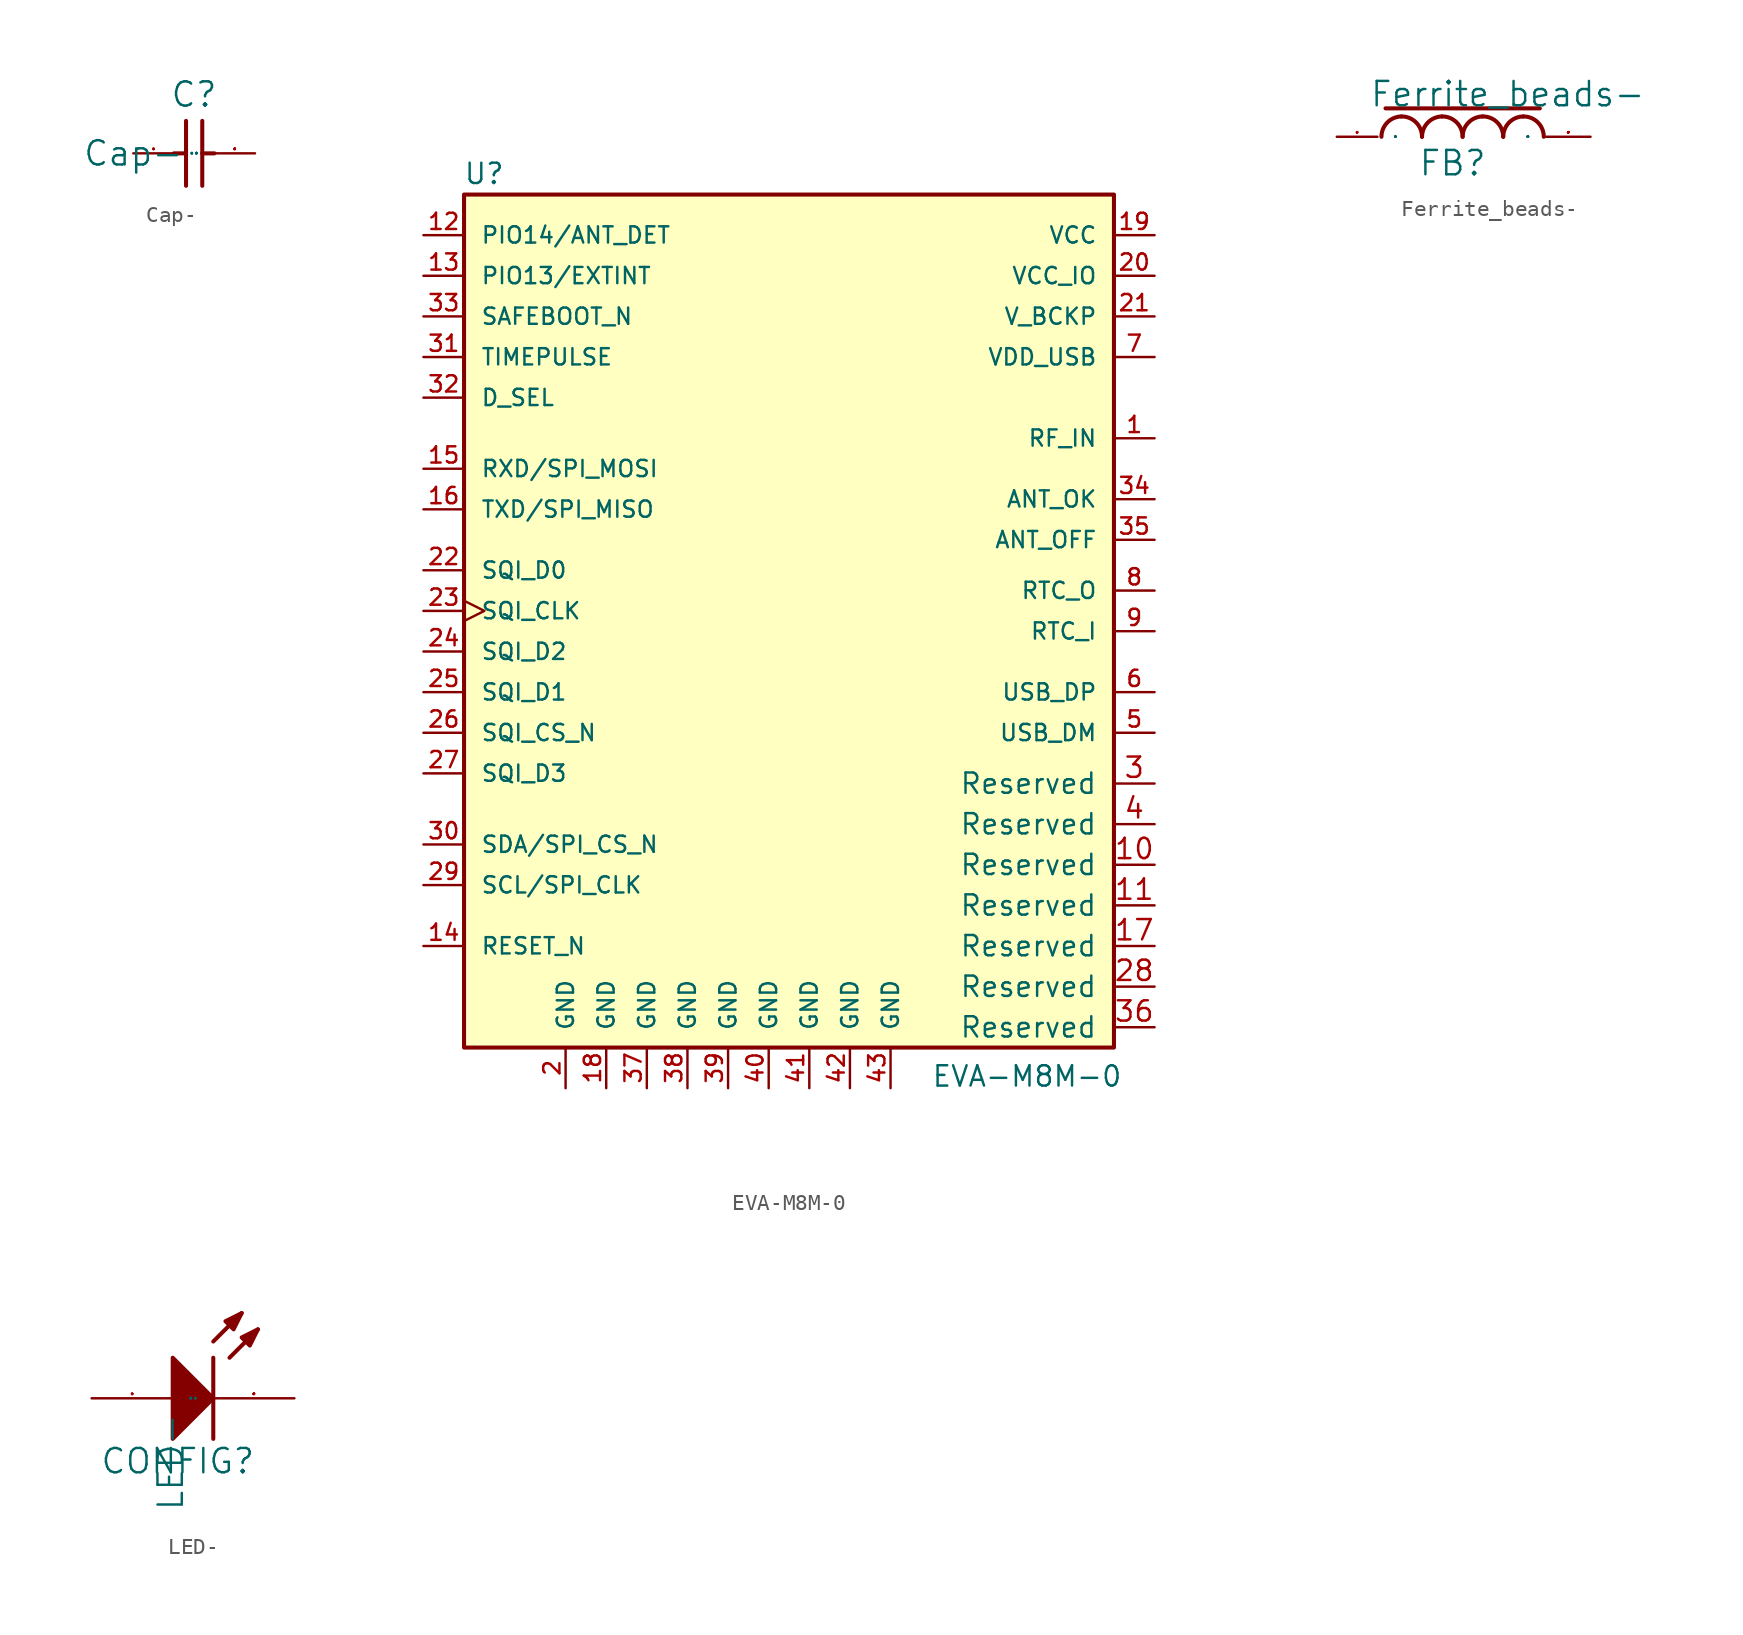
<source format=kicad_sym>
(kicad_symbol_lib
  (version 20211014)
  (generator kicad_symbol_editor)
  (symbol "Cap-"
    (pin_names
      (offset 1.016))
    (property "Reference" "C"
      (at 2.286 2.794 0)
      (effects (font (size 1.524 1.524)) (justify left bottom)))
    (property "Value" "Cap-"
      (at 0 0 0)
      (effects (font (size 1.524 1.524))))
    (symbol "Cap-_0_1"
      (polyline (pts (xy 2.54 0) (xy 3.302 0)) (stroke (width 0.254) (type default) (color 0 0 0 0)) (fill (type none)))
      (polyline (pts (xy 3.302 -2.032) (xy 3.302 2.032)) (stroke (width 0.254) (type default) (color 0 0 0 0)) (fill (type none)))
      (polyline (pts (xy 4.318 2.032) (xy 4.318 -2.032)) (stroke (width 0.254) (type default) (color 0 0 0 0)) (fill (type none)))
      (polyline (pts (xy 5.08 0) (xy 4.318 0)) (stroke (width 0.254) (type default) (color 0 0 0 0)) (fill (type none)))
      (pin passive line (at 0 0 0) (length 2.54) (name "1" (effects (font (size 0.025 0.025)))) (number "1" (effects (font (size 0.025 0.025)))))
      (pin passive line (at 7.62 0 180) (length 2.54) (name "2" (effects (font (size 0.025 0.025)))) (number "2" (effects (font (size 0.025 0.025)))))))
  (symbol "EVA-M8M-0"
    (pin_names
      (offset 1.016))
    (property "Reference" "U"
      (at -20.371 25.959 0)
      (effects (font (size 1.27 1.27)) (justify left bottom)))
    (property "Value" "EVA-M8M-0"
      (at 8.89 -30.48 0)
      (effects (font (size 1.27 1.27)) (justify left bottom)))
    (property "ki_locked" ""
      (at 0 0 0)
      (effects (font (size 1.27 1.27))))
    (symbol "EVA-M8M-0_0_0"
      (rectangle (start -20.32 -27.94) (end 20.32 25.4) (stroke (width 0.254) (type default) (color 0 0 0 0)) (fill (type background)))
      (pin input line (at 22.86 10.16 180) (length 2.54) (name "RF_IN" (effects (font (size 1.016 1.016)))) (number "1" (effects (font (size 1.016 1.016)))))
      (pin input line (at -22.86 22.86 0) (length 2.54) (name "PIO14/ANT_DET" (effects (font (size 1.016 1.016)))) (number "12" (effects (font (size 1.016 1.016)))))
      (pin input line (at -22.86 20.32 0) (length 2.54) (name "PIO13/EXTINT" (effects (font (size 1.016 1.016)))) (number "13" (effects (font (size 1.016 1.016)))))
      (pin input line (at -22.86 -21.59 0) (length 2.54) (name "RESET_N" (effects (font (size 1.016 1.016)))) (number "14" (effects (font (size 1.016 1.016)))))
      (pin input line (at -22.86 8.255 0) (length 2.54) (name "RXD/SPI_MOSI" (effects (font (size 1.016 1.016)))) (number "15" (effects (font (size 1.016 1.016)))))
      (pin output line (at -22.86 5.715 0) (length 2.54) (name "TXD/SPI_MISO" (effects (font (size 1.016 1.016)))) (number "16" (effects (font (size 1.016 1.016)))))
      (pin power_in line (at -11.43 -30.48 90) (length 2.54) (name "GND" (effects (font (size 1.016 1.016)))) (number "18" (effects (font (size 1.016 1.016)))))
      (pin power_in line (at 22.86 22.86 180) (length 2.54) (name "VCC" (effects (font (size 1.016 1.016)))) (number "19" (effects (font (size 1.016 1.016)))))
      (pin power_in line (at -13.97 -30.48 90) (length 2.54) (name "GND" (effects (font (size 1.016 1.016)))) (number "2" (effects (font (size 1.016 1.016)))))
      (pin power_in line (at 22.86 20.32 180) (length 2.54) (name "VCC_IO" (effects (font (size 1.016 1.016)))) (number "20" (effects (font (size 1.016 1.016)))))
      (pin power_in line (at 22.86 17.78 180) (length 2.54) (name "V_BCKP" (effects (font (size 1.016 1.016)))) (number "21" (effects (font (size 1.016 1.016)))))
      (pin bidirectional line (at -22.86 1.905 0) (length 2.54) (name "SQI_D0" (effects (font (size 1.016 1.016)))) (number "22" (effects (font (size 1.016 1.016)))))
      (pin bidirectional clock (at -22.86 -0.635 0) (length 2.54) (name "SQI_CLK" (effects (font (size 1.016 1.016)))) (number "23" (effects (font (size 1.016 1.016)))))
      (pin bidirectional line (at -22.86 -3.175 0) (length 2.54) (name "SQI_D2" (effects (font (size 1.016 1.016)))) (number "24" (effects (font (size 1.016 1.016)))))
      (pin bidirectional line (at -22.86 -5.715 0) (length 2.54) (name "SQI_D1" (effects (font (size 1.016 1.016)))) (number "25" (effects (font (size 1.016 1.016)))))
      (pin bidirectional line (at -22.86 -8.255 0) (length 2.54) (name "SQI_CS_N" (effects (font (size 1.016 1.016)))) (number "26" (effects (font (size 1.016 1.016)))))
      (pin bidirectional line (at -22.86 -10.795 0) (length 2.54) (name "SQI_D3" (effects (font (size 1.016 1.016)))) (number "27" (effects (font (size 1.016 1.016)))))
      (pin input line (at -22.86 -17.78 0) (length 2.54) (name "SCL/SPI_CLK" (effects (font (size 1.016 1.016)))) (number "29" (effects (font (size 1.016 1.016)))))
      (pin bidirectional line (at -22.86 -15.24 0) (length 2.54) (name "SDA/SPI_CS_N" (effects (font (size 1.016 1.016)))) (number "30" (effects (font (size 1.016 1.016)))))
      (pin output line (at -22.86 15.24 0) (length 2.54) (name "TIMEPULSE" (effects (font (size 1.016 1.016)))) (number "31" (effects (font (size 1.016 1.016)))))
      (pin input line (at -22.86 12.7 0) (length 2.54) (name "D_SEL" (effects (font (size 1.016 1.016)))) (number "32" (effects (font (size 1.016 1.016)))))
      (pin input line (at -22.86 17.78 0) (length 2.54) (name "SAFEBOOT_N" (effects (font (size 1.016 1.016)))) (number "33" (effects (font (size 1.016 1.016)))))
      (pin input line (at 22.86 6.35 180) (length 2.54) (name "ANT_OK" (effects (font (size 1.016 1.016)))) (number "34" (effects (font (size 1.016 1.016)))))
      (pin output line (at 22.86 3.81 180) (length 2.54) (name "ANT_OFF" (effects (font (size 1.016 1.016)))) (number "35" (effects (font (size 1.016 1.016)))))
      (pin power_in line (at -8.89 -30.48 90) (length 2.54) (name "GND" (effects (font (size 1.016 1.016)))) (number "37" (effects (font (size 1.016 1.016)))))
      (pin power_in line (at -6.35 -30.48 90) (length 2.54) (name "GND" (effects (font (size 1.016 1.016)))) (number "38" (effects (font (size 1.016 1.016)))))
      (pin power_in line (at -3.81 -30.48 90) (length 2.54) (name "GND" (effects (font (size 1.016 1.016)))) (number "39" (effects (font (size 1.016 1.016)))))
      (pin power_in line (at -1.27 -30.48 90) (length 2.54) (name "GND" (effects (font (size 1.016 1.016)))) (number "40" (effects (font (size 1.016 1.016)))))
      (pin power_in line (at 1.27 -30.48 90) (length 2.54) (name "GND" (effects (font (size 1.016 1.016)))) (number "41" (effects (font (size 1.016 1.016)))))
      (pin power_in line (at 3.81 -30.48 90) (length 2.54) (name "GND" (effects (font (size 1.016 1.016)))) (number "42" (effects (font (size 1.016 1.016)))))
      (pin power_in line (at 6.35 -30.48 90) (length 2.54) (name "GND" (effects (font (size 1.016 1.016)))) (number "43" (effects (font (size 1.016 1.016)))))
      (pin bidirectional line (at 22.86 -8.255 180) (length 2.54) (name "USB_DM" (effects (font (size 1.016 1.016)))) (number "5" (effects (font (size 1.016 1.016)))))
      (pin bidirectional line (at 22.86 -5.715 180) (length 2.54) (name "USB_DP" (effects (font (size 1.016 1.016)))) (number "6" (effects (font (size 1.016 1.016)))))
      (pin power_in line (at 22.86 15.24 180) (length 2.54) (name "VDD_USB" (effects (font (size 1.016 1.016)))) (number "7" (effects (font (size 1.016 1.016)))))
      (pin output line (at 22.86 0.635 180) (length 2.54) (name "RTC_O" (effects (font (size 1.016 1.016)))) (number "8" (effects (font (size 1.016 1.016)))))
      (pin input line (at 22.86 -1.905 180) (length 2.54) (name "RTC_I" (effects (font (size 1.016 1.016)))) (number "9" (effects (font (size 1.016 1.016))))))
    (symbol "EVA-M8M-0_1_1"
      (pin passive line (at 22.86 -16.51 180) (length 2.54) (name "Reserved" (effects (font (size 1.27 1.27)))) (number "10" (effects (font (size 1.27 1.27)))))
      (pin passive line (at 22.86 -19.05 180) (length 2.54) (name "Reserved" (effects (font (size 1.27 1.27)))) (number "11" (effects (font (size 1.27 1.27)))))
      (pin passive line (at 22.86 -21.59 180) (length 2.54) (name "Reserved" (effects (font (size 1.27 1.27)))) (number "17" (effects (font (size 1.27 1.27)))))
      (pin passive line (at 22.86 -24.13 180) (length 2.54) (name "Reserved" (effects (font (size 1.27 1.27)))) (number "28" (effects (font (size 1.27 1.27)))))
      (pin passive line (at 22.86 -11.43 180) (length 2.54) (name "Reserved" (effects (font (size 1.27 1.27)))) (number "3" (effects (font (size 1.27 1.27)))))
      (pin passive line (at 22.86 -26.67 180) (length 2.54) (name "Reserved" (effects (font (size 1.27 1.27)))) (number "36" (effects (font (size 1.27 1.27)))))
      (pin passive line (at 22.86 -13.97 180) (length 2.54) (name "Reserved" (effects (font (size 1.27 1.27)))) (number "4" (effects (font (size 1.27 1.27)))))))
  (symbol "Ferrite_beads-"
    (pin_names
      (offset 1.016))
    (property "Reference" "FB"
      (at 5.08 -2.54 0)
      (effects (font (size 1.524 1.524)) (justify left bottom)))
    (property "Value" "Ferrite_beads-"
      (at 2.032 1.778 0)
      (effects (font (size 1.524 1.524)) (justify left bottom)))
    (symbol "Ferrite_beads-_0_1"
      (polyline (pts (xy 3.048 1.778) (xy 12.7 1.778)) (stroke (width 0.254) (type default) (color 0 0 0 0)) (fill (type none)))
      (pin passive line (at 0 0 0) (length 2.54) (name "1" (effects (font (size 0.025 0.025)))) (number "1" (effects (font (size 0.025 0.025)))))
      (pin passive line (at 15.875 0 180) (length 2.794) (name "2" (effects (font (size 0.025 0.025)))) (number "2" (effects (font (size 0.025 0.025))))))
    (symbol "Ferrite_beads-_1_1"
      (arc (start 4.0386 1.27) (mid 3.1569 0.8892) (end 2.794 0) (stroke (width 0.254) (type default) (color 0 0 0 0)) (fill (type none)))
      (arc (start 5.334 0) (mid 4.953 0.907) (end 4.0386 1.27) (stroke (width 0.254) (type default) (color 0 0 0 0)) (fill (type none)))
      (arc (start 6.5786 1.27) (mid 5.6969 0.8892) (end 5.334 0) (stroke (width 0.254) (type default) (color 0 0 0 0)) (fill (type none)))
      (arc (start 7.874 0) (mid 7.493 0.907) (end 6.5786 1.27) (stroke (width 0.254) (type default) (color 0 0 0 0)) (fill (type none)))
      (arc (start 9.1186 1.27) (mid 8.2369 0.8892) (end 7.874 0) (stroke (width 0.254) (type default) (color 0 0 0 0)) (fill (type none)))
      (arc (start 10.414 0) (mid 10.033 0.907) (end 9.1186 1.27) (stroke (width 0.254) (type default) (color 0 0 0 0)) (fill (type none)))
      (arc (start 11.6586 1.27) (mid 10.7769 0.8892) (end 10.414 0) (stroke (width 0.254) (type default) (color 0 0 0 0)) (fill (type none)))
      (arc (start 12.954 0) (mid 12.573 0.907) (end 11.6586 1.27) (stroke (width 0.254) (type default) (color 0 0 0 0)) (fill (type none)))))
  (symbol "LED-"
    (pin_names
      (offset 1.016))
    (property "Reference" "CONFIG"
      (at 0.508 -4.826 0)
      (effects (font (size 1.524 1.524)) (justify left bottom)))
    (property "Value" "LED-"
      (at 5.842 -7.112 90)
      (effects (font (size 1.524 1.524)) (justify left bottom)))
    (symbol "LED-_0_1"
      (polyline (pts (xy 7.62 2.54) (xy 7.62 -2.54)) (stroke (width 0.254) (type default) (color 0 0 0 0)) (fill (type none)))
      (polyline (pts (xy 7.62 3.556) (xy 9.398 5.334)) (stroke (width 0.254) (type default) (color 0 0 0 0)) (fill (type none)))
      (polyline (pts (xy 8.636 2.54) (xy 10.414 4.318)) (stroke (width 0.254) (type default) (color 0 0 0 0)) (fill (type none)))
      (polyline (pts (xy 5.08 -2.54) (xy 7.62 0) (xy 5.08 2.54) (xy 5.08 -2.54)) (stroke (width 0.254) (type default) (color 0 0 0 0)) (fill (type outline)))
      (polyline (pts (xy 9.398 5.334) (xy 8.382 4.826) (xy 8.89 4.318) (xy 9.398 5.334)) (stroke (width 0.254) (type default) (color 0 0 0 0)) (fill (type outline)))
      (polyline (pts (xy 10.414 4.318) (xy 9.398 3.81) (xy 9.906 3.302) (xy 10.414 4.318)) (stroke (width 0.254) (type default) (color 0 0 0 0)) (fill (type outline)))
      (pin passive line (at 0 0 0) (length 5.08) (name "A" (effects (font (size 0.025 0.025)))) (number "1" (effects (font (size 0.025 0.025)))))
      (pin passive line (at 12.7 0 180) (length 5.08) (name "K" (effects (font (size 0.025 0.025)))) (number "2" (effects (font (size 0.025 0.025))))))))
</source>
